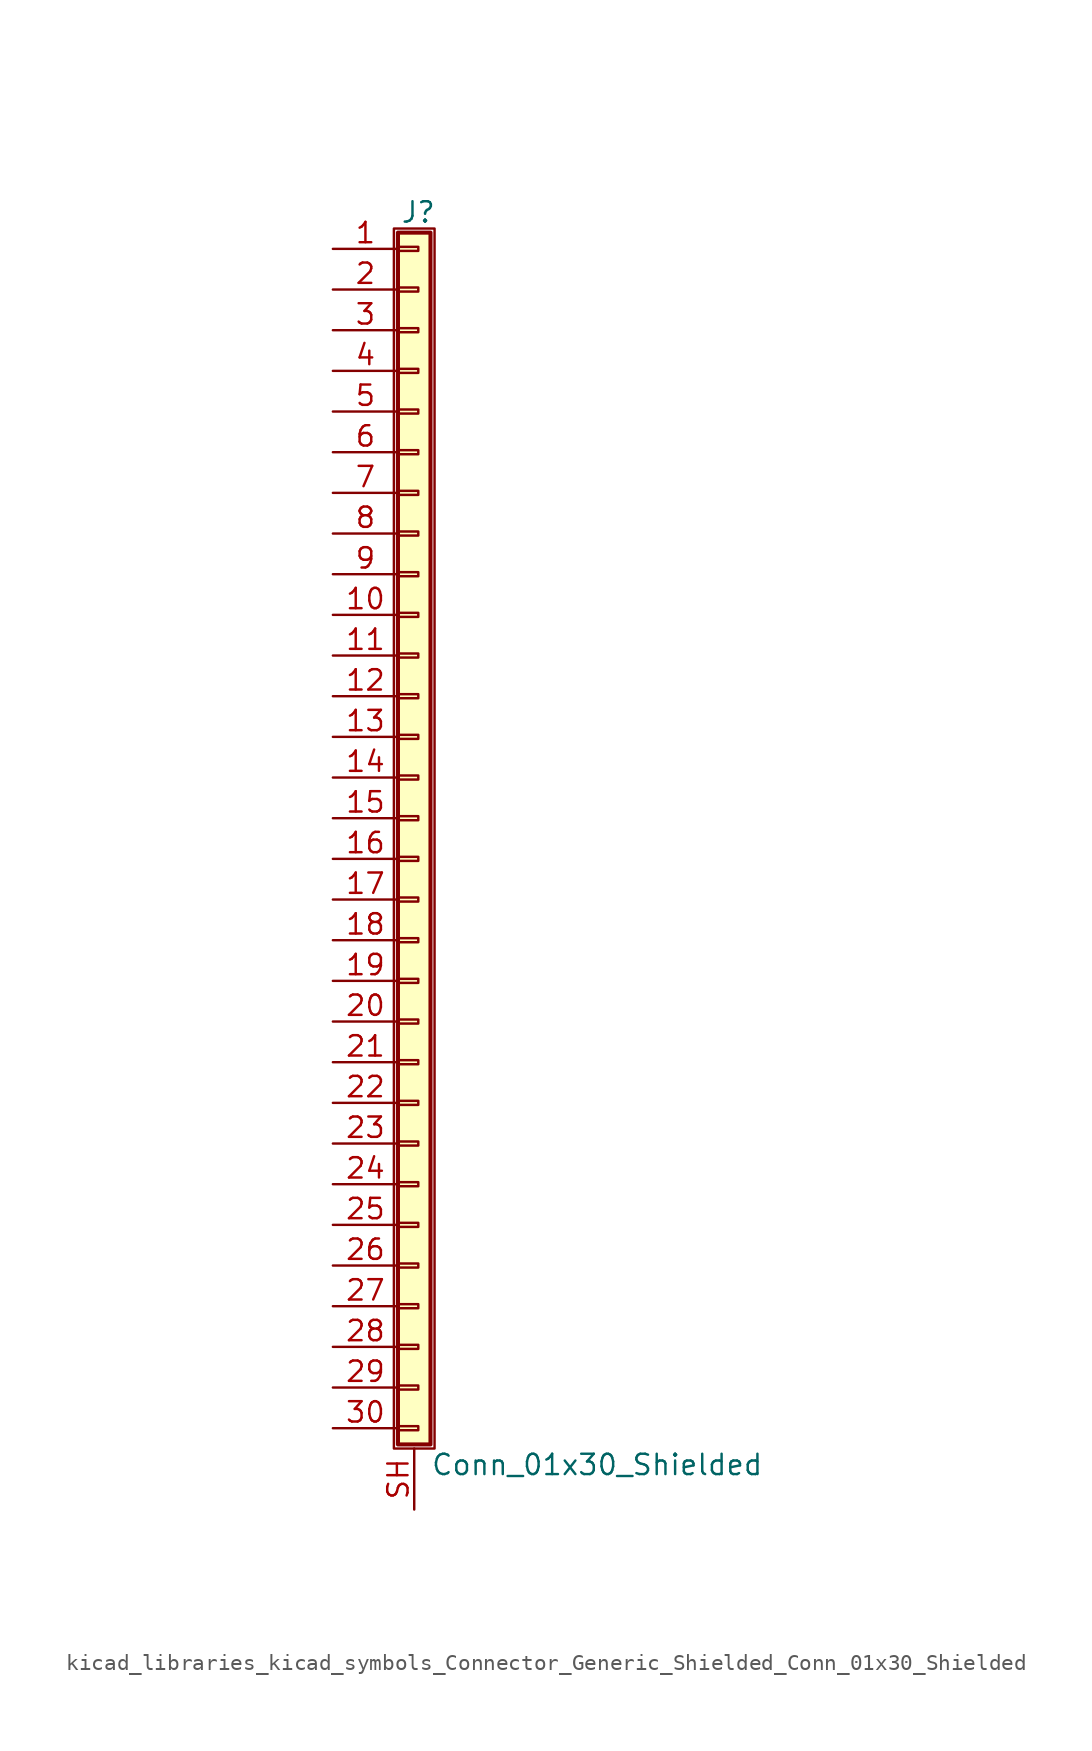
<source format=kicad_sym>
(kicad_symbol_lib
  (version 20220914)
  (generator kicad_symbol_editor)
  (symbol "kicad_libraries_kicad_symbols_Connector_Generic_Shielded_Conn_01x30_Shielded"
    (pin_names
      (offset 1.016) hide)
    (property "Reference" "J"
      (at 0.254 37.846 0)
      (effects (font (size 1.27 1.27))))
    (property "Value" "Conn_01x30_Shielded"
      (at 1.016 -40.386 0)
      (effects (font (size 1.27 1.27)) (justify left)))
    (symbol "kicad_libraries_kicad_symbols_Connector_Generic_Shielded_Conn_01x30_Shielded_1_1"
      (rectangle (start -1.27 36.83) (end 1.27 -39.37) (stroke (width 0.152) (type default)) (fill (type none)))
      (rectangle (start -1.016 -37.973) (end 0.254 -38.227) (stroke (width 0.152) (type default)) (fill (type none)))
      (rectangle (start -1.016 -35.433) (end 0.254 -35.687) (stroke (width 0.152) (type default)) (fill (type none)))
      (rectangle (start -1.016 -32.893) (end 0.254 -33.147) (stroke (width 0.152) (type default)) (fill (type none)))
      (rectangle (start -1.016 -30.353) (end 0.254 -30.607) (stroke (width 0.152) (type default)) (fill (type none)))
      (rectangle (start -1.016 -27.813) (end 0.254 -28.067) (stroke (width 0.152) (type default)) (fill (type none)))
      (rectangle (start -1.016 -25.273) (end 0.254 -25.527) (stroke (width 0.152) (type default)) (fill (type none)))
      (rectangle (start -1.016 -22.733) (end 0.254 -22.987) (stroke (width 0.152) (type default)) (fill (type none)))
      (rectangle (start -1.016 -20.193) (end 0.254 -20.447) (stroke (width 0.152) (type default)) (fill (type none)))
      (rectangle (start -1.016 -17.653) (end 0.254 -17.907) (stroke (width 0.152) (type default)) (fill (type none)))
      (rectangle (start -1.016 -15.113) (end 0.254 -15.367) (stroke (width 0.152) (type default)) (fill (type none)))
      (rectangle (start -1.016 -12.573) (end 0.254 -12.827) (stroke (width 0.152) (type default)) (fill (type none)))
      (rectangle (start -1.016 -10.033) (end 0.254 -10.287) (stroke (width 0.152) (type default)) (fill (type none)))
      (rectangle (start -1.016 -7.493) (end 0.254 -7.747) (stroke (width 0.152) (type default)) (fill (type none)))
      (rectangle (start -1.016 -4.953) (end 0.254 -5.207) (stroke (width 0.152) (type default)) (fill (type none)))
      (rectangle (start -1.016 -2.413) (end 0.254 -2.667) (stroke (width 0.152) (type default)) (fill (type none)))
      (rectangle (start -1.016 0.127) (end 0.254 -0.127) (stroke (width 0.152) (type default)) (fill (type none)))
      (rectangle (start -1.016 2.667) (end 0.254 2.413) (stroke (width 0.152) (type default)) (fill (type none)))
      (rectangle (start -1.016 5.207) (end 0.254 4.953) (stroke (width 0.152) (type default)) (fill (type none)))
      (rectangle (start -1.016 7.747) (end 0.254 7.493) (stroke (width 0.152) (type default)) (fill (type none)))
      (rectangle (start -1.016 10.287) (end 0.254 10.033) (stroke (width 0.152) (type default)) (fill (type none)))
      (rectangle (start -1.016 12.827) (end 0.254 12.573) (stroke (width 0.152) (type default)) (fill (type none)))
      (rectangle (start -1.016 15.367) (end 0.254 15.113) (stroke (width 0.152) (type default)) (fill (type none)))
      (rectangle (start -1.016 17.907) (end 0.254 17.653) (stroke (width 0.152) (type default)) (fill (type none)))
      (rectangle (start -1.016 20.447) (end 0.254 20.193) (stroke (width 0.152) (type default)) (fill (type none)))
      (rectangle (start -1.016 22.987) (end 0.254 22.733) (stroke (width 0.152) (type default)) (fill (type none)))
      (rectangle (start -1.016 25.527) (end 0.254 25.273) (stroke (width 0.152) (type default)) (fill (type none)))
      (rectangle (start -1.016 28.067) (end 0.254 27.813) (stroke (width 0.152) (type default)) (fill (type none)))
      (rectangle (start -1.016 30.607) (end 0.254 30.353) (stroke (width 0.152) (type default)) (fill (type none)))
      (rectangle (start -1.016 33.147) (end 0.254 32.893) (stroke (width 0.152) (type default)) (fill (type none)))
      (rectangle (start -1.016 35.687) (end 0.254 35.433) (stroke (width 0.152) (type default)) (fill (type none)))
      (rectangle (start -1.016 36.576) (end 1.016 -39.116) (stroke (width 0.254) (type default)) (fill (type background)))
      (pin passive line (at -5.08 35.56 0) (length 4.064) (name "Pin_1" (effects (font (size 1.27 1.27)))) (number "1" (effects (font (size 1.27 1.27)))))
      (pin passive line (at -5.08 12.7 0) (length 4.064) (name "Pin_10" (effects (font (size 1.27 1.27)))) (number "10" (effects (font (size 1.27 1.27)))))
      (pin passive line (at -5.08 10.16 0) (length 4.064) (name "Pin_11" (effects (font (size 1.27 1.27)))) (number "11" (effects (font (size 1.27 1.27)))))
      (pin passive line (at -5.08 7.62 0) (length 4.064) (name "Pin_12" (effects (font (size 1.27 1.27)))) (number "12" (effects (font (size 1.27 1.27)))))
      (pin passive line (at -5.08 5.08 0) (length 4.064) (name "Pin_13" (effects (font (size 1.27 1.27)))) (number "13" (effects (font (size 1.27 1.27)))))
      (pin passive line (at -5.08 2.54 0) (length 4.064) (name "Pin_14" (effects (font (size 1.27 1.27)))) (number "14" (effects (font (size 1.27 1.27)))))
      (pin passive line (at -5.08 0 0) (length 4.064) (name "Pin_15" (effects (font (size 1.27 1.27)))) (number "15" (effects (font (size 1.27 1.27)))))
      (pin passive line (at -5.08 -2.54 0) (length 4.064) (name "Pin_16" (effects (font (size 1.27 1.27)))) (number "16" (effects (font (size 1.27 1.27)))))
      (pin passive line (at -5.08 -5.08 0) (length 4.064) (name "Pin_17" (effects (font (size 1.27 1.27)))) (number "17" (effects (font (size 1.27 1.27)))))
      (pin passive line (at -5.08 -7.62 0) (length 4.064) (name "Pin_18" (effects (font (size 1.27 1.27)))) (number "18" (effects (font (size 1.27 1.27)))))
      (pin passive line (at -5.08 -10.16 0) (length 4.064) (name "Pin_19" (effects (font (size 1.27 1.27)))) (number "19" (effects (font (size 1.27 1.27)))))
      (pin passive line (at -5.08 33.02 0) (length 4.064) (name "Pin_2" (effects (font (size 1.27 1.27)))) (number "2" (effects (font (size 1.27 1.27)))))
      (pin passive line (at -5.08 -12.7 0) (length 4.064) (name "Pin_20" (effects (font (size 1.27 1.27)))) (number "20" (effects (font (size 1.27 1.27)))))
      (pin passive line (at -5.08 -15.24 0) (length 4.064) (name "Pin_21" (effects (font (size 1.27 1.27)))) (number "21" (effects (font (size 1.27 1.27)))))
      (pin passive line (at -5.08 -17.78 0) (length 4.064) (name "Pin_22" (effects (font (size 1.27 1.27)))) (number "22" (effects (font (size 1.27 1.27)))))
      (pin passive line (at -5.08 -20.32 0) (length 4.064) (name "Pin_23" (effects (font (size 1.27 1.27)))) (number "23" (effects (font (size 1.27 1.27)))))
      (pin passive line (at -5.08 -22.86 0) (length 4.064) (name "Pin_24" (effects (font (size 1.27 1.27)))) (number "24" (effects (font (size 1.27 1.27)))))
      (pin passive line (at -5.08 -25.4 0) (length 4.064) (name "Pin_25" (effects (font (size 1.27 1.27)))) (number "25" (effects (font (size 1.27 1.27)))))
      (pin passive line (at -5.08 -27.94 0) (length 4.064) (name "Pin_26" (effects (font (size 1.27 1.27)))) (number "26" (effects (font (size 1.27 1.27)))))
      (pin passive line (at -5.08 -30.48 0) (length 4.064) (name "Pin_27" (effects (font (size 1.27 1.27)))) (number "27" (effects (font (size 1.27 1.27)))))
      (pin passive line (at -5.08 -33.02 0) (length 4.064) (name "Pin_28" (effects (font (size 1.27 1.27)))) (number "28" (effects (font (size 1.27 1.27)))))
      (pin passive line (at -5.08 -35.56 0) (length 4.064) (name "Pin_29" (effects (font (size 1.27 1.27)))) (number "29" (effects (font (size 1.27 1.27)))))
      (pin passive line (at -5.08 30.48 0) (length 4.064) (name "Pin_3" (effects (font (size 1.27 1.27)))) (number "3" (effects (font (size 1.27 1.27)))))
      (pin passive line (at -5.08 -38.1 0) (length 4.064) (name "Pin_30" (effects (font (size 1.27 1.27)))) (number "30" (effects (font (size 1.27 1.27)))))
      (pin passive line (at -5.08 27.94 0) (length 4.064) (name "Pin_4" (effects (font (size 1.27 1.27)))) (number "4" (effects (font (size 1.27 1.27)))))
      (pin passive line (at -5.08 25.4 0) (length 4.064) (name "Pin_5" (effects (font (size 1.27 1.27)))) (number "5" (effects (font (size 1.27 1.27)))))
      (pin passive line (at -5.08 22.86 0) (length 4.064) (name "Pin_6" (effects (font (size 1.27 1.27)))) (number "6" (effects (font (size 1.27 1.27)))))
      (pin passive line (at -5.08 20.32 0) (length 4.064) (name "Pin_7" (effects (font (size 1.27 1.27)))) (number "7" (effects (font (size 1.27 1.27)))))
      (pin passive line (at -5.08 17.78 0) (length 4.064) (name "Pin_8" (effects (font (size 1.27 1.27)))) (number "8" (effects (font (size 1.27 1.27)))))
      (pin passive line (at -5.08 15.24 0) (length 4.064) (name "Pin_9" (effects (font (size 1.27 1.27)))) (number "9" (effects (font (size 1.27 1.27)))))
      (pin passive line (at 0 -43.18 90) (length 3.81) (name "Shield" (effects (font (size 1.27 1.27)))) (number "SH" (effects (font (size 1.27 1.27))))))))
</source>
